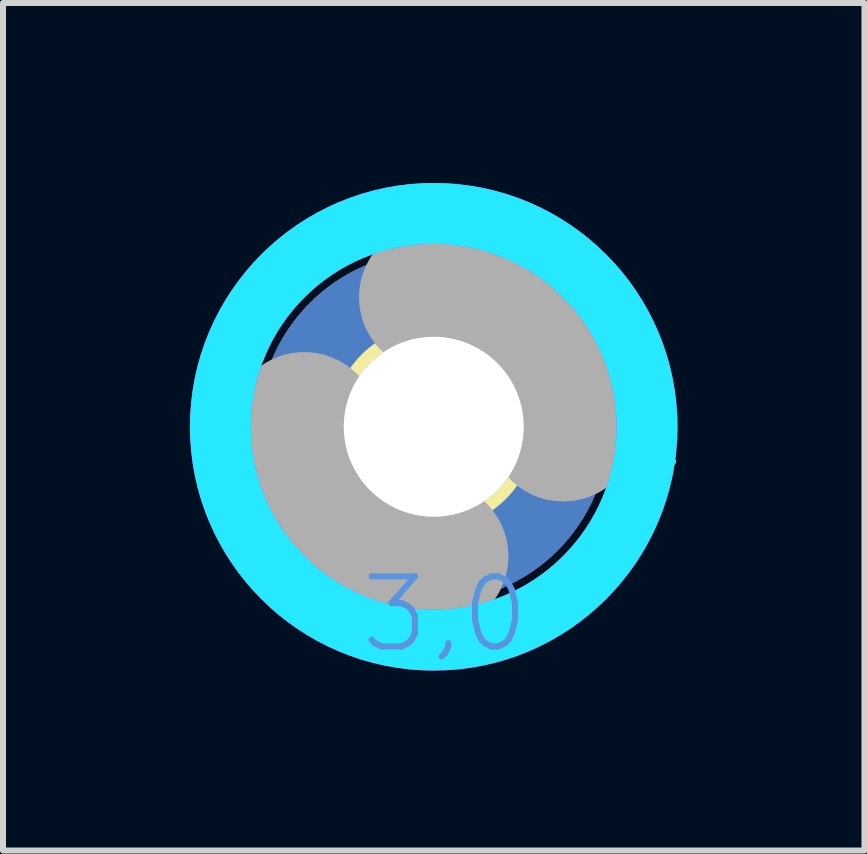
<source format=kicad_pcb>
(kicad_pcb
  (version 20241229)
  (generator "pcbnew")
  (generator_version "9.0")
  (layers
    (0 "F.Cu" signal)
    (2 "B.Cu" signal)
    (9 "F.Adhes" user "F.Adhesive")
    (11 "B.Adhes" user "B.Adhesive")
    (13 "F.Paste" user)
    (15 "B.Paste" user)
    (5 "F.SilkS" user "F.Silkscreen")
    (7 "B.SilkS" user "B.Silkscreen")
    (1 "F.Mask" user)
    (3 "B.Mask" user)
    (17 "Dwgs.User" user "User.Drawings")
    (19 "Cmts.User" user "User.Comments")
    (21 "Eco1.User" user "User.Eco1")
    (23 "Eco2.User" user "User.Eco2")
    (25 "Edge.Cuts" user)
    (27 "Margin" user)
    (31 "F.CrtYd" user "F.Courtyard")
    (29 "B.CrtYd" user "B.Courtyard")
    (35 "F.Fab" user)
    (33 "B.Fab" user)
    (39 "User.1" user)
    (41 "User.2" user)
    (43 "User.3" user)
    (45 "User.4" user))
  (footprint "footprint"
    (layer "F.Cu")
    (at 4.18 4.064)
    (property "Reference" "footprint" (at 0 0 0) (layer "F.SilkS") (effects (font (size 1.27 1.27) (thickness 0.15))))
    (fp_circle (center 0 0) (end 1.6 0) (stroke (width 0.203) (type solid)) (fill no) (layer "F.SilkS"))
    (fp_circle (center 0 0) (end 3.429 0) (stroke (width 0.152) (type solid)) (fill no) (layer "F.SilkS"))
    (fp_circle (center 0 0) (end 3.556 0) (stroke (width 1.016) (type solid)) (fill no) (layer "B.CrtYd"))
    (fp_circle (center 0 0) (end 3.556 0) (stroke (width 1.016) (type solid)) (fill no) (layer "F.CrtYd"))
    (fp_arc (start 0 -2.159) (mid 1.526644 -1.526644) (end 2.159 0) (stroke (width 2.4892) (type solid)) (layer "F.Fab"))
    (fp_arc (start 0 2.159) (mid -1.526644 1.526644) (end -2.159 0) (stroke (width 2.4892) (type solid)) (layer "F.Fab"))
    (fp_circle (center 0 0) (end 0.762 0) (stroke (width 0.457) (type solid)) (fill no) (layer "F.Fab"))
    (fp_text user "3,0" (at -1.27 3.81 0) (layer "Cmts.User") (effects (font (size 1.168 1.168) (thickness 0.102)) (justify left bottom)))
    (pad "B3,0" thru_hole circle (at 0 0) (size 5.842 5.842) (drill 3) (layers "*.Cu" "*.Mask"))
    (zone (net_name "") (layers "F.Cu" "B.Cu") (hatch edge 0.508) (connect_pads) (min_thickness 0.254) (filled_areas_thickness no) (keepout (tracks allowed) (vias not_allowed) (pads allowed) (copperpour allowed) (footprints allowed)) (placement (enabled no)) (fill) (polygon (pts (xy 8.244 4.064) (xy 8.182 3.358) (xy 7.999 2.674) (xy 7.7 2.032) (xy 7.293 1.452) (xy 6.792 0.951) (xy 6.212 0.544) (xy 5.57 0.245) (xy 4.886 0.062) (xy 4.18 0) (xy 3.474 0.062) (xy 2.79 0.245) (xy 2.148 0.544) (xy 1.568 0.951) (xy 1.067 1.452) (xy 0.661 2.032) (xy 0.361 2.674) (xy 0.178 3.358) (xy 0.116 4.064) (xy 0.178 4.77) (xy 0.361 5.454) (xy 0.661 6.096) (xy 1.067 6.676) (xy 1.568 7.177) (xy 2.148 7.584) (xy 2.79 7.883) (xy 3.474 8.066) (xy 4.18 8.128) (xy 4.886 8.066) (xy 5.57 7.883) (xy 6.212 7.584) (xy 6.792 7.177) (xy 7.293 6.676) (xy 7.7 6.096) (xy 7.999 5.454) (xy 8.182 4.77))) (polygon (pts (xy 7.228 4.064) (xy 7.182 3.535) (xy 7.044 3.022) (xy 6.82 2.54) (xy 6.515 2.105) (xy 6.139 1.729) (xy 5.704 1.424) (xy 5.223 1.2) (xy 4.709 1.062) (xy 4.18 1.016) (xy 3.651 1.062) (xy 3.138 1.2) (xy 2.656 1.424) (xy 2.221 1.729) (xy 1.845 2.105) (xy 1.54 2.54) (xy 1.316 3.022) (xy 1.178 3.535) (xy 1.132 4.064) (xy 1.178 4.593) (xy 1.316 5.106) (xy 1.54 5.588) (xy 1.845 6.023) (xy 2.221 6.399) (xy 2.656 6.704) (xy 3.138 6.928) (xy 3.651 7.066) (xy 4.18 7.112) (xy 4.709 7.066) (xy 5.223 6.928) (xy 5.704 6.704) (xy 6.139 6.399) (xy 6.515 6.023) (xy 6.82 5.588) (xy 7.044 5.106) (xy 7.182 4.593)))))
  (gr_rect
    (start -3 -3)
    (end 11.36 11.128)
    (stroke (width 0.1) (type default))
    (fill no)
    (layer "Edge.Cuts")))
</source>
